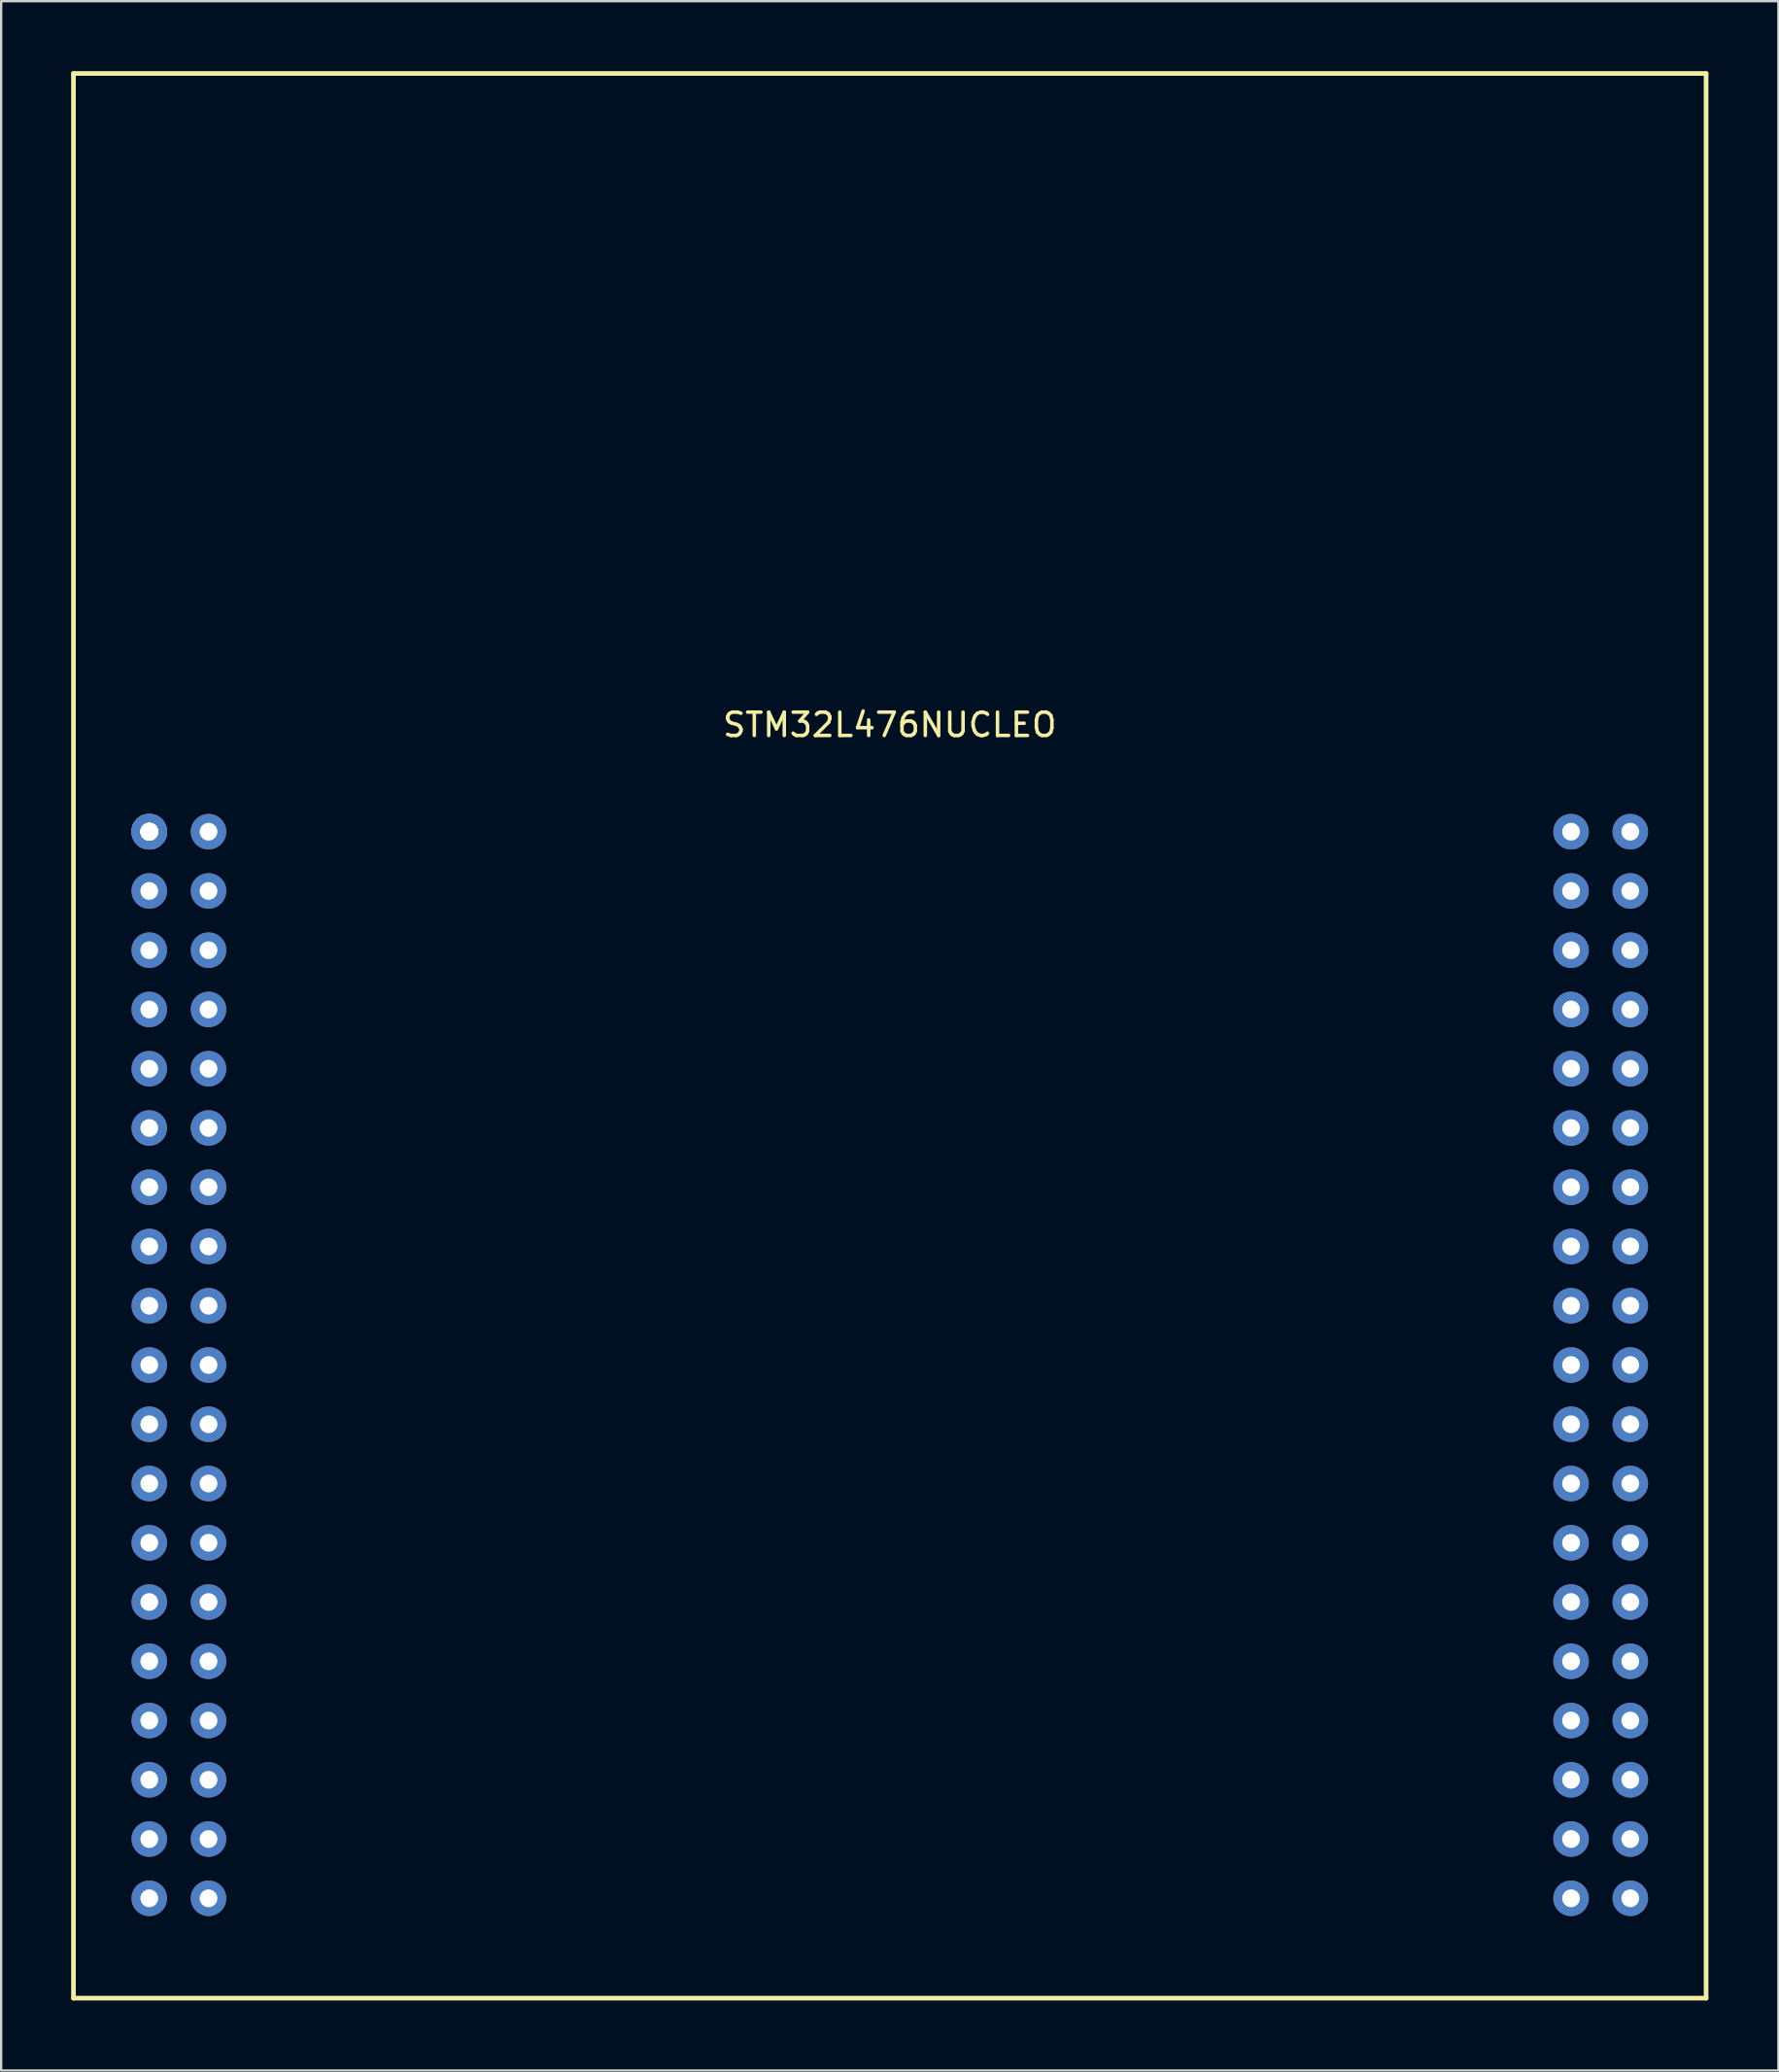
<source format=kicad_pcb>
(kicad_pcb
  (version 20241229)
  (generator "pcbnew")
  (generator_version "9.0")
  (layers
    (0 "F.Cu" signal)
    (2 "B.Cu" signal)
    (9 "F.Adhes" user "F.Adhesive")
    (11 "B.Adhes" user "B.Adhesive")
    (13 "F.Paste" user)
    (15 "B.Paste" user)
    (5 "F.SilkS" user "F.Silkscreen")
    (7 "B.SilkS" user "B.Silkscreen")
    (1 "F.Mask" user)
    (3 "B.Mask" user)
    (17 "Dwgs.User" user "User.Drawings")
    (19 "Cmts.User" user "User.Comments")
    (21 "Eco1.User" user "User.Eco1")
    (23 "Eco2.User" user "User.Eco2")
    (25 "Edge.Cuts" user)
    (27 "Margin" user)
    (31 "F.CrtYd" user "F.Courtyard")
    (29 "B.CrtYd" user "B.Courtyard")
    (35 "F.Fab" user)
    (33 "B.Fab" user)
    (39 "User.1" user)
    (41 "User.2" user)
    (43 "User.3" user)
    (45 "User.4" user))
  (footprint "STM32L476NUCLEO"
    (layer "F.Cu")
    (at 35.1 32.6)
    (property "Reference" "STM32L476NUCLEO" (at 0 -4.58 0) (layer "F.SilkS") (effects (font (size 1 1) (thickness 0.15))))
    (attr through_hole)
    (fp_line (start -35 -32.5) (end -35 50) (stroke (width 0.2) (type solid)) (layer "F.SilkS"))
    (fp_line (start -35 50) (end 35 50) (stroke (width 0.2) (type solid)) (layer "F.SilkS"))
    (fp_line (start 35 -32.5) (end -35 -32.5) (stroke (width 0.2) (type solid)) (layer "F.SilkS"))
    (fp_line (start 35 50) (end 35 -32.5) (stroke (width 0.2) (type solid)) (layer "F.SilkS"))
    (pad "1" thru_hole circle (at -31.75 0) (size 1.524 1.524) (drill 0.762) (layers "*.Cu" "*.Mask"))
    (pad "1" thru_hole circle (at -31.75 0) (size 1.524 1.524) (drill 0.762) (layers "*.Cu" "*.Mask"))
    (pad "1" thru_hole circle (at -31.75 0) (size 1.524 1.524) (drill 0.762) (layers "*.Cu" "*.Mask"))
    (pad "1" thru_hole circle (at -31.75 0) (size 1.524 1.524) (drill 0.762) (layers "*.Cu" "*.Mask"))
    (pad "1" thru_hole circle (at -31.75 0) (size 1.524 1.524) (drill 0.762) (layers "*.Cu" "*.Mask"))
    (pad "1" thru_hole circle (at -31.75 0) (size 1.524 1.524) (drill 0.762) (layers "*.Cu" "*.Mask"))
    (pad "2" thru_hole circle (at -29.21 0) (size 1.524 1.524) (drill 0.762) (layers "*.Cu" "*.Mask"))
    (pad "3" thru_hole circle (at -31.75 2.54) (size 1.524 1.524) (drill 0.762) (layers "*.Cu" "*.Mask"))
    (pad "4" thru_hole circle (at -29.21 2.54) (size 1.524 1.524) (drill 0.762) (layers "*.Cu" "*.Mask"))
    (pad "5" thru_hole circle (at -31.75 5.08) (size 1.524 1.524) (drill 0.762) (layers "*.Cu" "*.Mask"))
    (pad "6" thru_hole circle (at -29.21 5.08) (size 1.524 1.524) (drill 0.762) (layers "*.Cu" "*.Mask"))
    (pad "7" thru_hole circle (at -31.75 7.62) (size 1.524 1.524) (drill 0.762) (layers "*.Cu" "*.Mask"))
    (pad "8" thru_hole circle (at -29.21 7.62) (size 1.524 1.524) (drill 0.762) (layers "*.Cu" "*.Mask"))
    (pad "9" thru_hole circle (at -31.75 10.16) (size 1.524 1.524) (drill 0.762) (layers "*.Cu" "*.Mask"))
    (pad "10" thru_hole circle (at -29.21 10.16) (size 1.524 1.524) (drill 0.762) (layers "*.Cu" "*.Mask"))
    (pad "11" thru_hole circle (at -31.75 12.7) (size 1.524 1.524) (drill 0.762) (layers "*.Cu" "*.Mask"))
    (pad "12" thru_hole circle (at -29.21 12.7) (size 1.524 1.524) (drill 0.762) (layers "*.Cu" "*.Mask"))
    (pad "13" thru_hole circle (at -31.75 15.24) (size 1.524 1.524) (drill 0.762) (layers "*.Cu" "*.Mask"))
    (pad "14" thru_hole circle (at -29.21 15.24) (size 1.524 1.524) (drill 0.762) (layers "*.Cu" "*.Mask"))
    (pad "15" thru_hole circle (at -31.75 17.78) (size 1.524 1.524) (drill 0.762) (layers "*.Cu" "*.Mask"))
    (pad "16" thru_hole circle (at -29.21 17.78) (size 1.524 1.524) (drill 0.762) (layers "*.Cu" "*.Mask"))
    (pad "17" thru_hole circle (at -31.75 20.32) (size 1.524 1.524) (drill 0.762) (layers "*.Cu" "*.Mask"))
    (pad "18" thru_hole circle (at -29.21 20.32) (size 1.524 1.524) (drill 0.762) (layers "*.Cu" "*.Mask"))
    (pad "19" thru_hole circle (at -31.75 22.86) (size 1.524 1.524) (drill 0.762) (layers "*.Cu" "*.Mask"))
    (pad "20" thru_hole circle (at -29.21 22.86) (size 1.524 1.524) (drill 0.762) (layers "*.Cu" "*.Mask"))
    (pad "21" thru_hole circle (at -31.75 25.4) (size 1.524 1.524) (drill 0.762) (layers "*.Cu" "*.Mask"))
    (pad "22" thru_hole circle (at -29.21 25.4) (size 1.524 1.524) (drill 0.762) (layers "*.Cu" "*.Mask"))
    (pad "23" thru_hole circle (at -31.75 27.94) (size 1.524 1.524) (drill 0.762) (layers "*.Cu" "*.Mask"))
    (pad "24" thru_hole circle (at -29.21 27.94) (size 1.524 1.524) (drill 0.762) (layers "*.Cu" "*.Mask"))
    (pad "25" thru_hole circle (at -31.75 30.48) (size 1.524 1.524) (drill 0.762) (layers "*.Cu" "*.Mask"))
    (pad "26" thru_hole circle (at -29.21 30.48) (size 1.524 1.524) (drill 0.762) (layers "*.Cu" "*.Mask"))
    (pad "27" thru_hole circle (at -31.75 33.02) (size 1.524 1.524) (drill 0.762) (layers "*.Cu" "*.Mask"))
    (pad "28" thru_hole circle (at -29.21 33.02) (size 1.524 1.524) (drill 0.762) (layers "*.Cu" "*.Mask"))
    (pad "29" thru_hole circle (at -31.75 35.56) (size 1.524 1.524) (drill 0.762) (layers "*.Cu" "*.Mask"))
    (pad "30" thru_hole circle (at -29.21 35.56) (size 1.524 1.524) (drill 0.762) (layers "*.Cu" "*.Mask"))
    (pad "31" thru_hole circle (at -31.75 38.1) (size 1.524 1.524) (drill 0.762) (layers "*.Cu" "*.Mask"))
    (pad "32" thru_hole circle (at -29.21 38.1) (size 1.524 1.524) (drill 0.762) (layers "*.Cu" "*.Mask"))
    (pad "33" thru_hole circle (at -31.75 40.64) (size 1.524 1.524) (drill 0.762) (layers "*.Cu" "*.Mask"))
    (pad "34" thru_hole circle (at -29.21 40.64) (size 1.524 1.524) (drill 0.762) (layers "*.Cu" "*.Mask"))
    (pad "35" thru_hole circle (at -31.75 43.18) (size 1.524 1.524) (drill 0.762) (layers "*.Cu" "*.Mask"))
    (pad "36" thru_hole circle (at -29.21 43.18) (size 1.524 1.524) (drill 0.762) (layers "*.Cu" "*.Mask"))
    (pad "37" thru_hole circle (at -31.75 45.72) (size 1.524 1.524) (drill 0.762) (layers "*.Cu" "*.Mask"))
    (pad "38" thru_hole circle (at -29.21 45.72) (size 1.524 1.524) (drill 0.762) (layers "*.Cu" "*.Mask"))
    (pad "39" thru_hole circle (at 29.21 0) (size 1.524 1.524) (drill 0.762) (layers "*.Cu" "*.Mask"))
    (pad "40" thru_hole circle (at 31.75 0) (size 1.524 1.524) (drill 0.762) (layers "*.Cu" "*.Mask"))
    (pad "41" thru_hole circle (at 29.21 2.54) (size 1.524 1.524) (drill 0.762) (layers "*.Cu" "*.Mask"))
    (pad "42" thru_hole circle (at 31.75 2.54) (size 1.524 1.524) (drill 0.762) (layers "*.Cu" "*.Mask"))
    (pad "43" thru_hole circle (at 29.21 5.08) (size 1.524 1.524) (drill 0.762) (layers "*.Cu" "*.Mask"))
    (pad "44" thru_hole circle (at 31.75 5.08) (size 1.524 1.524) (drill 0.762) (layers "*.Cu" "*.Mask"))
    (pad "45" thru_hole circle (at 29.21 7.62) (size 1.524 1.524) (drill 0.762) (layers "*.Cu" "*.Mask"))
    (pad "46" thru_hole circle (at 31.75 7.62) (size 1.524 1.524) (drill 0.762) (layers "*.Cu" "*.Mask"))
    (pad "47" thru_hole circle (at 29.21 10.16) (size 1.524 1.524) (drill 0.762) (layers "*.Cu" "*.Mask"))
    (pad "48" thru_hole circle (at 31.75 10.16) (size 1.524 1.524) (drill 0.762) (layers "*.Cu" "*.Mask"))
    (pad "49" thru_hole circle (at 29.21 12.7) (size 1.524 1.524) (drill 0.762) (layers "*.Cu" "*.Mask"))
    (pad "50" thru_hole circle (at 31.75 12.7) (size 1.524 1.524) (drill 0.762) (layers "*.Cu" "*.Mask"))
    (pad "51" thru_hole circle (at 29.21 15.24) (size 1.524 1.524) (drill 0.762) (layers "*.Cu" "*.Mask"))
    (pad "52" thru_hole circle (at 31.75 15.24) (size 1.524 1.524) (drill 0.762) (layers "*.Cu" "*.Mask"))
    (pad "53" thru_hole circle (at 29.21 17.78) (size 1.524 1.524) (drill 0.762) (layers "*.Cu" "*.Mask"))
    (pad "54" thru_hole circle (at 31.75 17.78) (size 1.524 1.524) (drill 0.762) (layers "*.Cu" "*.Mask"))
    (pad "55" thru_hole circle (at 29.21 20.32) (size 1.524 1.524) (drill 0.762) (layers "*.Cu" "*.Mask"))
    (pad "56" thru_hole circle (at 31.75 20.32) (size 1.524 1.524) (drill 0.762) (layers "*.Cu" "*.Mask"))
    (pad "57" thru_hole circle (at 29.21 22.86) (size 1.524 1.524) (drill 0.762) (layers "*.Cu" "*.Mask"))
    (pad "58" thru_hole circle (at 31.75 22.86) (size 1.524 1.524) (drill 0.762) (layers "*.Cu" "*.Mask"))
    (pad "59" thru_hole circle (at 29.21 25.4) (size 1.524 1.524) (drill 0.762) (layers "*.Cu" "*.Mask"))
    (pad "60" thru_hole circle (at 31.75 25.4) (size 1.524 1.524) (drill 0.762) (layers "*.Cu" "*.Mask"))
    (pad "61" thru_hole circle (at 29.21 27.94) (size 1.524 1.524) (drill 0.762) (layers "*.Cu" "*.Mask"))
    (pad "62" thru_hole circle (at 31.75 27.94) (size 1.524 1.524) (drill 0.762) (layers "*.Cu" "*.Mask"))
    (pad "63" thru_hole circle (at 29.21 30.48) (size 1.524 1.524) (drill 0.762) (layers "*.Cu" "*.Mask"))
    (pad "64" thru_hole circle (at 31.75 30.48) (size 1.524 1.524) (drill 0.762) (layers "*.Cu" "*.Mask"))
    (pad "65" thru_hole circle (at 29.21 33.02) (size 1.524 1.524) (drill 0.762) (layers "*.Cu" "*.Mask"))
    (pad "66" thru_hole circle (at 31.75 33.02) (size 1.524 1.524) (drill 0.762) (layers "*.Cu" "*.Mask"))
    (pad "67" thru_hole circle (at 29.21 35.56) (size 1.524 1.524) (drill 0.762) (layers "*.Cu" "*.Mask"))
    (pad "68" thru_hole circle (at 31.75 35.56) (size 1.524 1.524) (drill 0.762) (layers "*.Cu" "*.Mask"))
    (pad "69" thru_hole circle (at 29.21 38.1) (size 1.524 1.524) (drill 0.762) (layers "*.Cu" "*.Mask"))
    (pad "70" thru_hole circle (at 31.75 38.1) (size 1.524 1.524) (drill 0.762) (layers "*.Cu" "*.Mask"))
    (pad "71" thru_hole circle (at 29.21 40.64) (size 1.524 1.524) (drill 0.762) (layers "*.Cu" "*.Mask"))
    (pad "72" thru_hole circle (at 31.75 40.64) (size 1.524 1.524) (drill 0.762) (layers "*.Cu" "*.Mask"))
    (pad "73" thru_hole circle (at 29.21 43.18) (size 1.524 1.524) (drill 0.762) (layers "*.Cu" "*.Mask"))
    (pad "74" thru_hole circle (at 31.75 43.18) (size 1.524 1.524) (drill 0.762) (layers "*.Cu" "*.Mask"))
    (pad "75" thru_hole circle (at 29.21 45.72) (size 1.524 1.524) (drill 0.762) (layers "*.Cu" "*.Mask"))
    (pad "76" thru_hole circle (at 31.75 45.72) (size 1.524 1.524) (drill 0.762) (layers "*.Cu" "*.Mask")))
  (gr_rect
    (start -3 -3)
    (end 73.2 85.7)
    (stroke (width 0.1) (type default))
    (fill no)
    (layer "Edge.Cuts")))
</source>
